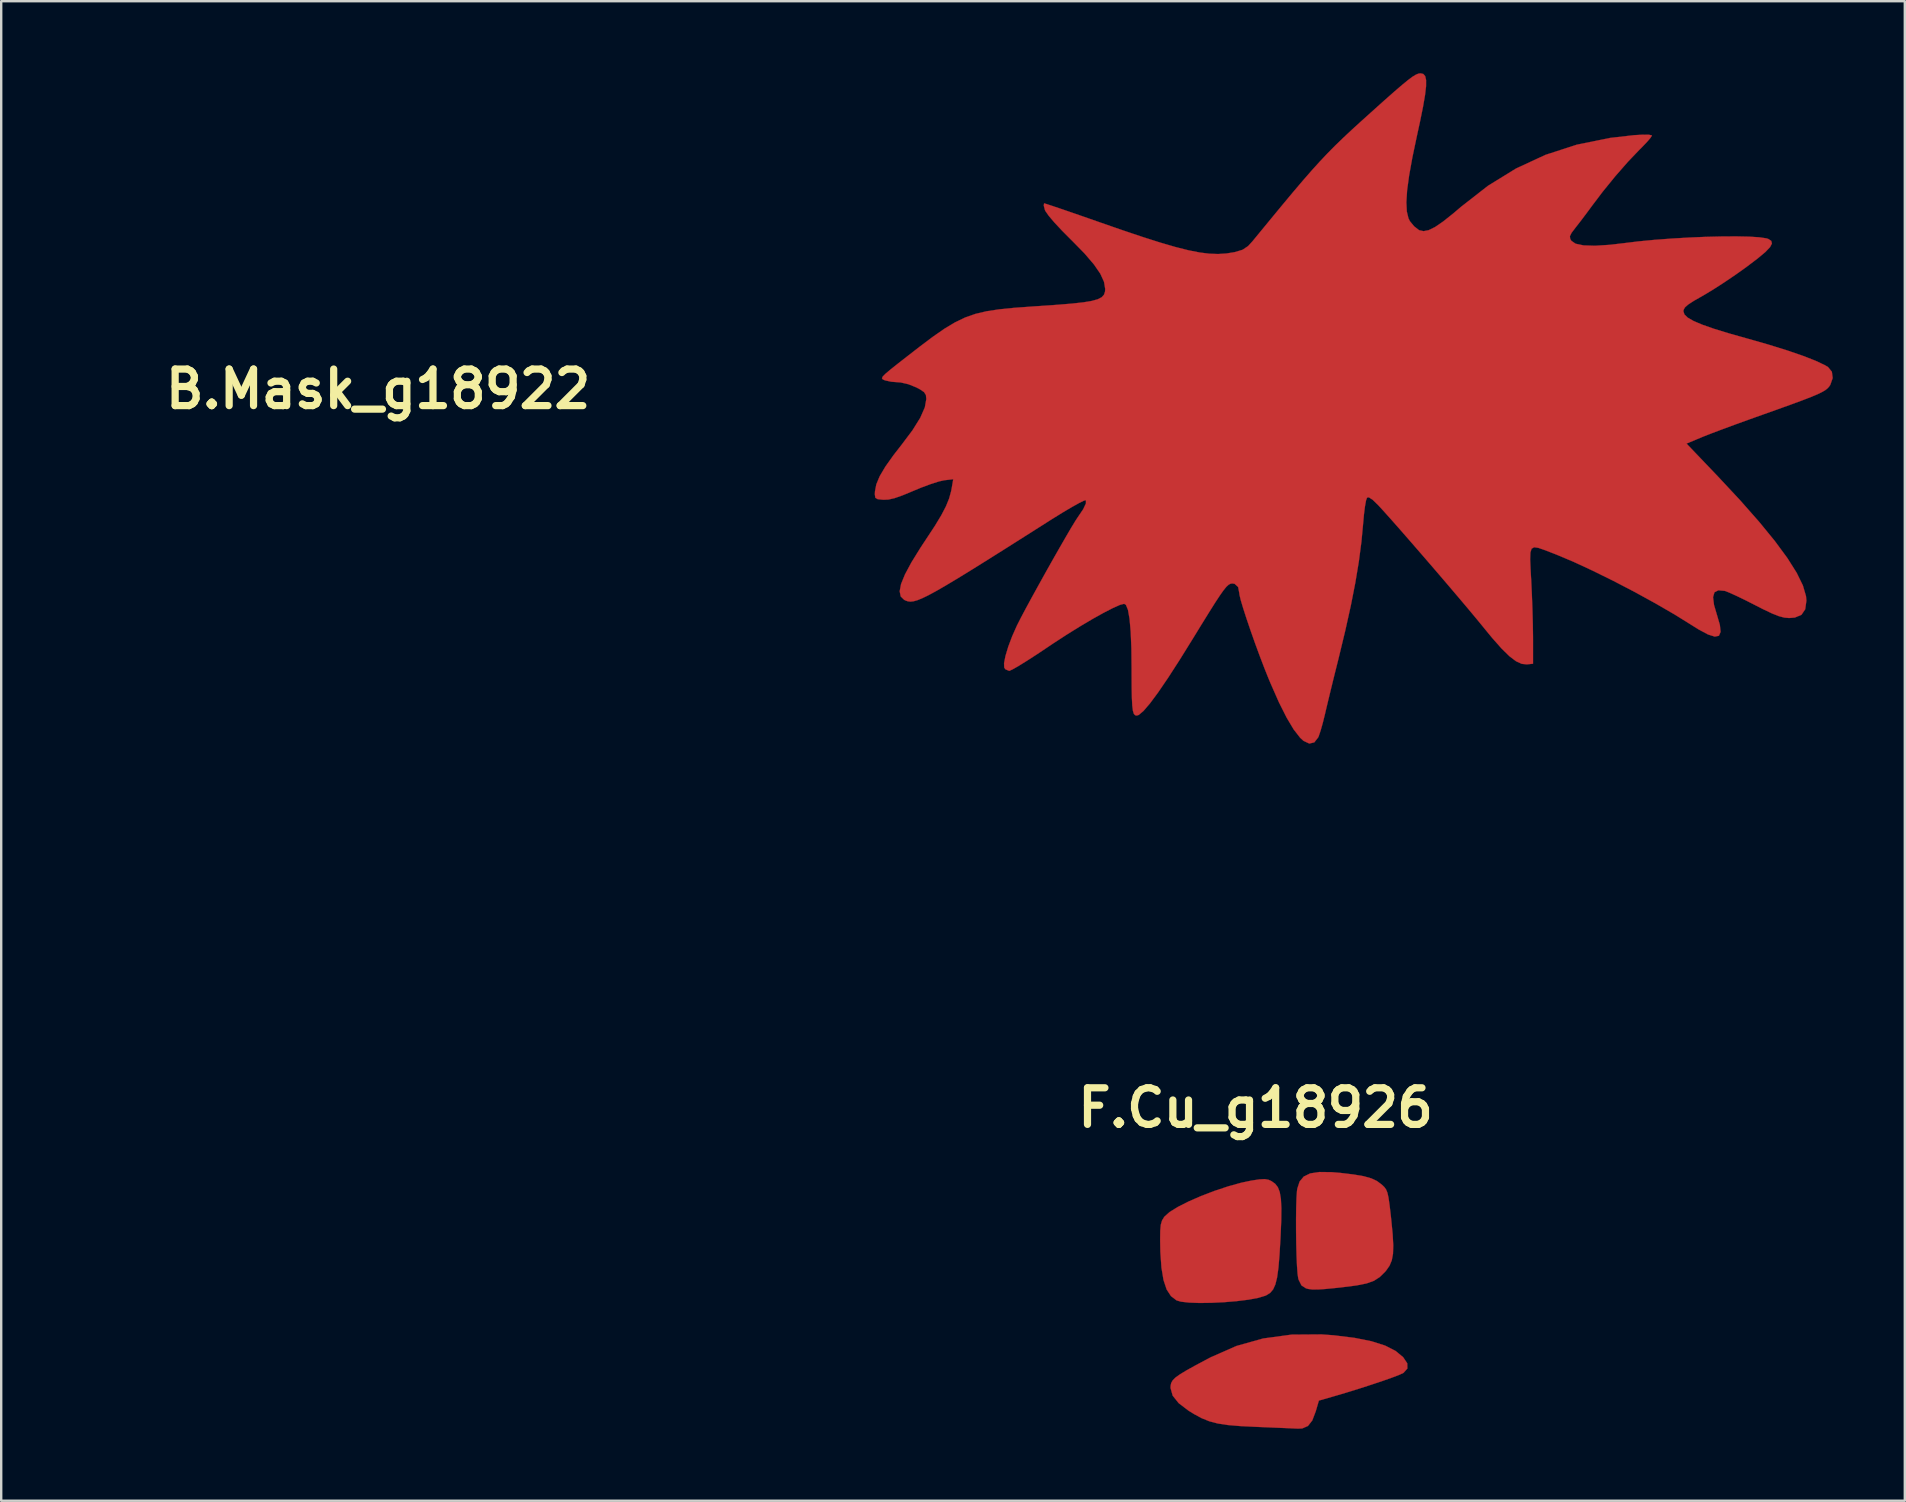
<source format=kicad_pcb>
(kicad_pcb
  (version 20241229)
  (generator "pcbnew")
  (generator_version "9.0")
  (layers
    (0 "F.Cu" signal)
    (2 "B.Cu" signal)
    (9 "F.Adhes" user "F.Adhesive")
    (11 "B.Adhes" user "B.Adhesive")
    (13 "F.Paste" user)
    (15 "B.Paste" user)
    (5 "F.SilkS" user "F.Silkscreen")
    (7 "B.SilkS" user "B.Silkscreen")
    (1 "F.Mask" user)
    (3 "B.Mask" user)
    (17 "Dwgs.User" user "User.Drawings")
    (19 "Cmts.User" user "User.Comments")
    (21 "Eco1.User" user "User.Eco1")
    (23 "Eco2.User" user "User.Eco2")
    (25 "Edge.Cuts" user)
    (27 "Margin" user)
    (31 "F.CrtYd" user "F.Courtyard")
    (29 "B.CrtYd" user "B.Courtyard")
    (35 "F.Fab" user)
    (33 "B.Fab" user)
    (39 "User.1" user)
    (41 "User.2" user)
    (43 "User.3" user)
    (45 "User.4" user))
  (footprint "F.Cu_g18926"
    (layer "F.Cu")
    (at 49.256 43.1)
    (property "Reference" "F.Cu_g18926" (at 0 0 0) (layer "F.SilkS") (effects (font (size 1.524 1.524) (thickness 0.3))))
    (attr through_hole)
    (fp_poly (pts (xy 0.544 2.999) (xy 0.662 3.054) (xy 0.814 3.162) (xy 0.927 3.307) (xy 1.006 3.511) (xy 1.054 3.795) (xy 1.073 4.18) (xy 1.068 4.688) (xy 1.041 5.339) (xy 1.035 5.461) (xy 0.995 6.136) (xy 0.951 6.663) (xy 0.896 7.062) (xy 0.824 7.355) (xy 0.731 7.562) (xy 0.611 7.705) (xy 0.457 7.803) (xy 0.397 7.83) (xy 0.107 7.917) (xy -0.297 7.992) (xy -0.779 8.052) (xy -1.303 8.096) (xy -1.834 8.122) (xy -2.336 8.129) (xy -2.774 8.113) (xy -3.11 8.075) (xy -3.294 8.021) (xy -3.526 7.843) (xy -3.706 7.566) (xy -3.836 7.175) (xy -3.922 6.657) (xy -3.968 5.997) (xy -3.977 5.494) (xy -3.972 5.119) (xy -3.949 4.868) (xy -3.898 4.694) (xy -3.811 4.551) (xy -3.793 4.528) (xy -3.583 4.341) (xy -3.239 4.128) (xy -2.792 3.902) (xy -2.273 3.675) (xy -1.714 3.461) (xy -1.145 3.272) (xy -0.597 3.12) (xy -0.174 3.031) (xy 0.162 2.98) (xy 0.384 2.969) (xy 0.544 2.999)) (stroke (width 0.01) (type solid)) (fill yes) (layer "F.Cu"))
    (fp_poly (pts (xy 3.17 2.68) (xy 3.534 2.711) (xy 4.09 2.778) (xy 4.508 2.85) (xy 4.82 2.939) (xy 5.059 3.052) (xy 5.257 3.2) (xy 5.259 3.202) (xy 5.361 3.299) (xy 5.435 3.4) (xy 5.491 3.537) (xy 5.536 3.739) (xy 5.579 4.037) (xy 5.629 4.462) (xy 5.65 4.659) (xy 5.709 5.261) (xy 5.734 5.724) (xy 5.724 6.079) (xy 5.673 6.353) (xy 5.58 6.576) (xy 5.439 6.778) (xy 5.395 6.83) (xy 5.173 7.048) (xy 4.93 7.205) (xy 4.623 7.315) (xy 4.213 7.397) (xy 3.889 7.441) (xy 3.321 7.506) (xy 2.894 7.548) (xy 2.581 7.568) (xy 2.356 7.567) (xy 2.192 7.545) (xy 2.097 7.519) (xy 1.91 7.397) (xy 1.793 7.163) (xy 1.778 7.112) (xy 1.749 6.918) (xy 1.725 6.589) (xy 1.706 6.161) (xy 1.693 5.669) (xy 1.686 5.147) (xy 1.685 4.63) (xy 1.691 4.153) (xy 1.704 3.752) (xy 1.724 3.46) (xy 1.737 3.367) (xy 1.833 3.072) (xy 2.006 2.863) (xy 2.275 2.732) (xy 2.657 2.674) (xy 3.17 2.68)) (stroke (width 0.01) (type solid)) (fill yes) (layer "F.Cu"))
    (fp_poly (pts (xy 3.255 9.476) (xy 4.118 9.582) (xy 4.827 9.724) (xy 5.396 9.905) (xy 5.835 10.13) (xy 6.149 10.391) (xy 6.318 10.644) (xy 6.322 10.861) (xy 6.162 11.04) (xy 6.16 11.041) (xy 6.003 11.115) (xy 5.713 11.227) (xy 5.318 11.367) (xy 4.847 11.525) (xy 4.328 11.693) (xy 3.79 11.86) (xy 3.262 12.016) (xy 3.244 12.021) (xy 2.636 12.196) (xy 2.505 12.645) (xy 2.361 13.023) (xy 2.181 13.253) (xy 1.946 13.355) (xy 1.771 13.364) (xy 1.592 13.356) (xy 1.278 13.342) (xy 0.864 13.325) (xy 0.385 13.305) (xy 0 13.289) (xy -0.65 13.257) (xy -1.164 13.213) (xy -1.579 13.149) (xy -1.927 13.058) (xy -2.244 12.93) (xy -2.563 12.758) (xy -2.798 12.613) (xy -3.207 12.3) (xy -3.454 11.99) (xy -3.543 11.674) (xy -3.54 11.579) (xy -3.517 11.465) (xy -3.457 11.357) (xy -3.344 11.241) (xy -3.156 11.106) (xy -2.877 10.936) (xy -2.487 10.72) (xy -1.968 10.444) (xy -1.863 10.389) (xy -0.8 9.921) (xy 0.317 9.608) (xy 1.497 9.448) (xy 2.746 9.439) (xy 3.255 9.476)) (stroke (width 0.01) (type solid)) (fill yes) (layer "F.Cu"))
    (fp_poly (pts (xy 6.986 -43.069) (xy 7.064 -42.98) (xy 7.102 -42.814) (xy 7.101 -42.556) (xy 7.058 -42.19) (xy 6.974 -41.701) (xy 6.847 -41.075) (xy 6.721 -40.497) (xy 6.531 -39.594) (xy 6.395 -38.839) (xy 6.311 -38.22) (xy 6.28 -37.724) (xy 6.299 -37.34) (xy 6.368 -37.055) (xy 6.429 -36.934) (xy 6.604 -36.722) (xy 6.801 -36.568) (xy 6.823 -36.557) (xy 6.998 -36.52) (xy 7.209 -36.561) (xy 7.474 -36.691) (xy 7.809 -36.92) (xy 8.233 -37.257) (xy 8.557 -37.533) (xy 9.68 -38.41) (xy 10.85 -39.131) (xy 12.079 -39.7) (xy 13.379 -40.122) (xy 14.764 -40.404) (xy 15.769 -40.519) (xy 16.126 -40.539) (xy 16.38 -40.537) (xy 16.503 -40.512) (xy 16.51 -40.501) (xy 16.453 -40.41) (xy 16.302 -40.234) (xy 16.085 -40.007) (xy 15.995 -39.918) (xy 15.513 -39.414) (xy 14.987 -38.813) (xy 14.459 -38.164) (xy 14.026 -37.592) (xy 13.786 -37.267) (xy 13.538 -36.939) (xy 13.334 -36.677) (xy 13.329 -36.671) (xy 13.163 -36.452) (xy 13.093 -36.313) (xy 13.104 -36.204) (xy 13.151 -36.121) (xy 13.33 -35.997) (xy 13.663 -35.927) (xy 14.144 -35.912) (xy 14.766 -35.952) (xy 15.341 -36.02) (xy 15.946 -36.094) (xy 16.614 -36.158) (xy 17.32 -36.211) (xy 18.039 -36.253) (xy 18.748 -36.283) (xy 19.421 -36.299) (xy 20.035 -36.302) (xy 20.565 -36.291) (xy 20.986 -36.264) (xy 21.275 -36.222) (xy 21.357 -36.197) (xy 21.482 -36.115) (xy 21.509 -36.005) (xy 21.43 -35.854) (xy 21.235 -35.651) (xy 20.914 -35.383) (xy 20.459 -35.038) (xy 20.454 -35.034) (xy 20.007 -34.715) (xy 19.528 -34.39) (xy 19.067 -34.093) (xy 18.678 -33.858) (xy 18.613 -33.821) (xy 18.25 -33.614) (xy 18.016 -33.461) (xy 17.883 -33.342) (xy 17.828 -33.237) (xy 17.822 -33.18) (xy 17.865 -33.05) (xy 18.003 -32.917) (xy 18.246 -32.777) (xy 18.608 -32.624) (xy 19.099 -32.452) (xy 19.733 -32.258) (xy 20.502 -32.041) (xy 21.367 -31.794) (xy 22.136 -31.555) (xy 22.794 -31.329) (xy 23.325 -31.122) (xy 23.713 -30.939) (xy 23.843 -30.863) (xy 24.006 -30.665) (xy 24.04 -30.401) (xy 23.94 -30.116) (xy 23.908 -30.068) (xy 23.842 -29.988) (xy 23.749 -29.909) (xy 23.612 -29.826) (xy 23.414 -29.729) (xy 23.137 -29.613) (xy 22.765 -29.469) (xy 22.279 -29.29) (xy 21.663 -29.069) (xy 21.129 -28.879) (xy 20.552 -28.673) (xy 19.986 -28.468) (xy 19.466 -28.276) (xy 19.025 -28.11) (xy 18.697 -27.982) (xy 18.606 -27.945) (xy 17.951 -27.671) (xy 19.258 -26.303) (xy 20.184 -25.31) (xy 20.974 -24.414) (xy 21.629 -23.613) (xy 22.151 -22.905) (xy 22.54 -22.288) (xy 22.799 -21.76) (xy 22.928 -21.319) (xy 22.945 -21.127) (xy 22.896 -20.769) (xy 22.74 -20.539) (xy 22.465 -20.424) (xy 22.225 -20.405) (xy 22.027 -20.422) (xy 21.802 -20.481) (xy 21.516 -20.594) (xy 21.139 -20.773) (xy 20.807 -20.943) (xy 20.408 -21.146) (xy 20.044 -21.322) (xy 19.752 -21.455) (xy 19.567 -21.529) (xy 19.544 -21.535) (xy 19.277 -21.56) (xy 19.115 -21.476) (xy 19.056 -21.274) (xy 19.097 -20.947) (xy 19.219 -20.532) (xy 19.341 -20.113) (xy 19.37 -19.825) (xy 19.301 -19.665) (xy 19.128 -19.63) (xy 18.847 -19.719) (xy 18.453 -19.93) (xy 18.185 -20.098) (xy 17.47 -20.543) (xy 16.661 -21.012) (xy 15.797 -21.487) (xy 14.914 -21.947) (xy 14.05 -22.373) (xy 13.243 -22.747) (xy 12.529 -23.048) (xy 12.385 -23.104) (xy 12.032 -23.24) (xy 11.776 -23.328) (xy 11.602 -23.352) (xy 11.497 -23.292) (xy 11.447 -23.131) (xy 11.437 -22.851) (xy 11.455 -22.436) (xy 11.482 -21.95) (xy 11.509 -21.374) (xy 11.532 -20.761) (xy 11.548 -20.171) (xy 11.556 -19.666) (xy 11.557 -19.516) (xy 11.557 -18.5) (xy 11.3 -18.474) (xy 11.088 -18.495) (xy 10.851 -18.603) (xy 10.576 -18.811) (xy 10.249 -19.131) (xy 9.856 -19.575) (xy 9.515 -19.99) (xy 9.233 -20.335) (xy 8.868 -20.773) (xy 8.439 -21.281) (xy 7.967 -21.836) (xy 7.47 -22.416) (xy 6.969 -22.997) (xy 6.482 -23.558) (xy 6.031 -24.075) (xy 5.633 -24.526) (xy 5.309 -24.887) (xy 5.119 -25.094) (xy 4.877 -25.33) (xy 4.719 -25.432) (xy 4.643 -25.42) (xy 4.601 -25.304) (xy 4.556 -25.057) (xy 4.513 -24.716) (xy 4.482 -24.371) (xy 4.408 -23.581) (xy 4.301 -22.762) (xy 4.156 -21.888) (xy 3.969 -20.934) (xy 3.734 -19.876) (xy 3.447 -18.687) (xy 3.389 -18.457) (xy 3.259 -17.936) (xy 3.129 -17.404) (xy 3.01 -16.912) (xy 2.915 -16.514) (xy 2.891 -16.408) (xy 2.801 -16.044) (xy 2.709 -15.717) (xy 2.63 -15.483) (xy 2.609 -15.434) (xy 2.445 -15.224) (xy 2.237 -15.175) (xy 1.998 -15.286) (xy 1.858 -15.414) (xy 1.588 -15.761) (xy 1.295 -16.251) (xy 0.973 -16.891) (xy 0.621 -17.689) (xy 0.547 -17.866) (xy 0.363 -18.325) (xy 0.169 -18.834) (xy -0.026 -19.364) (xy -0.211 -19.889) (xy -0.378 -20.38) (xy -0.517 -20.81) (xy -0.618 -21.15) (xy -0.671 -21.372) (xy -0.677 -21.427) (xy -0.727 -21.695) (xy -0.873 -21.829) (xy -0.971 -21.844) (xy -1.044 -21.834) (xy -1.121 -21.794) (xy -1.214 -21.71) (xy -1.332 -21.566) (xy -1.487 -21.347) (xy -1.689 -21.04) (xy -1.948 -20.628) (xy -2.276 -20.098) (xy -2.587 -19.591) (xy -3.153 -18.679) (xy -3.644 -17.918) (xy -4.06 -17.307) (xy -4.402 -16.846) (xy -4.671 -16.533) (xy -4.866 -16.368) (xy -4.95 -16.341) (xy -5.02 -16.356) (xy -5.073 -16.416) (xy -5.111 -16.541) (xy -5.137 -16.75) (xy -5.153 -17.062) (xy -5.162 -17.499) (xy -5.165 -18.08) (xy -5.165 -18.267) (xy -5.174 -19.131) (xy -5.203 -19.833) (xy -5.251 -20.371) (xy -5.317 -20.744) (xy -5.402 -20.952) (xy -5.477 -20.997) (xy -5.651 -20.952) (xy -5.943 -20.822) (xy -6.332 -20.622) (xy -6.795 -20.364) (xy -7.311 -20.058) (xy -7.858 -19.719) (xy -8.414 -19.358) (xy -8.686 -19.175) (xy -9.127 -18.881) (xy -9.528 -18.622) (xy -9.865 -18.413) (xy -10.115 -18.27) (xy -10.254 -18.205) (xy -10.267 -18.203) (xy -10.423 -18.269) (xy -10.471 -18.338) (xy -10.479 -18.524) (xy -10.419 -18.827) (xy -10.303 -19.213) (xy -10.14 -19.646) (xy -9.941 -20.094) (xy -9.923 -20.129) (xy -9.778 -20.415) (xy -9.573 -20.801) (xy -9.324 -21.26) (xy -9.044 -21.768) (xy -8.748 -22.301) (xy -8.449 -22.833) (xy -8.161 -23.338) (xy -7.899 -23.793) (xy -7.677 -24.172) (xy -7.508 -24.45) (xy -7.412 -24.596) (xy -7.185 -24.932) (xy -7.069 -25.177) (xy -7.068 -25.313) (xy -7.151 -25.294) (xy -7.353 -25.195) (xy -7.653 -25.028) (xy -8.028 -24.806) (xy -8.455 -24.542) (xy -8.533 -24.493) (xy -9.565 -23.838) (xy -10.464 -23.269) (xy -11.242 -22.78) (xy -11.906 -22.366) (xy -12.468 -22.022) (xy -12.938 -21.741) (xy -13.325 -21.518) (xy -13.641 -21.348) (xy -13.894 -21.226) (xy -14.094 -21.145) (xy -14.253 -21.101) (xy -14.38 -21.088) (xy -14.485 -21.1) (xy -14.577 -21.132) (xy -14.641 -21.163) (xy -14.783 -21.302) (xy -14.827 -21.519) (xy -14.769 -21.823) (xy -14.606 -22.222) (xy -14.336 -22.725) (xy -13.955 -23.34) (xy -13.726 -23.687) (xy -13.364 -24.237) (xy -13.094 -24.684) (xy -12.9 -25.056) (xy -12.768 -25.381) (xy -12.683 -25.69) (xy -12.659 -25.818) (xy -12.596 -26.186) (xy -12.967 -26.144) (xy -13.196 -26.093) (xy -13.529 -25.987) (xy -13.92 -25.842) (xy -14.252 -25.704) (xy -14.702 -25.517) (xy -15.038 -25.399) (xy -15.294 -25.34) (xy -15.506 -25.331) (xy -15.521 -25.332) (xy -15.743 -25.356) (xy -15.842 -25.414) (xy -15.862 -25.555) (xy -15.856 -25.682) (xy -15.8 -25.974) (xy -15.66 -26.31) (xy -15.424 -26.71) (xy -15.082 -27.191) (xy -14.759 -27.606) (xy -14.297 -28.22) (xy -13.971 -28.742) (xy -13.779 -29.179) (xy -13.717 -29.526) (xy -13.734 -29.694) (xy -13.811 -29.815) (xy -13.986 -29.934) (xy -14.137 -30.013) (xy -14.464 -30.144) (xy -14.786 -30.218) (xy -14.893 -30.226) (xy -15.176 -30.248) (xy -15.427 -30.302) (xy -15.452 -30.311) (xy -15.533 -30.347) (xy -15.565 -30.392) (xy -15.534 -30.463) (xy -15.423 -30.576) (xy -15.218 -30.75) (xy -14.903 -31.001) (xy -14.675 -31.179) (xy -14.008 -31.697) (xy -13.446 -32.12) (xy -12.959 -32.458) (xy -12.519 -32.722) (xy -12.099 -32.924) (xy -11.67 -33.074) (xy -11.204 -33.184) (xy -10.673 -33.265) (xy -10.05 -33.327) (xy -9.306 -33.381) (xy -9.017 -33.4) (xy -8.257 -33.453) (xy -7.65 -33.503) (xy -7.178 -33.555) (xy -6.825 -33.614) (xy -6.575 -33.683) (xy -6.411 -33.768) (xy -6.316 -33.872) (xy -6.273 -34) (xy -6.265 -34.114) (xy -6.315 -34.411) (xy -6.468 -34.747) (xy -6.736 -35.136) (xy -7.126 -35.592) (xy -7.649 -36.126) (xy -7.684 -36.16) (xy -8.066 -36.544) (xy -8.385 -36.886) (xy -8.622 -37.166) (xy -8.758 -37.362) (xy -8.777 -37.403) (xy -8.824 -37.584) (xy -8.813 -37.674) (xy -8.804 -37.677) (xy -8.708 -37.65) (xy -8.474 -37.573) (xy -8.124 -37.455) (xy -7.678 -37.302) (xy -7.159 -37.122) (xy -6.587 -36.922) (xy -6.579 -36.919) (xy -5.572 -36.569) (xy -4.706 -36.278) (xy -3.965 -36.042) (xy -3.332 -35.858) (xy -2.792 -35.722) (xy -2.328 -35.631) (xy -1.923 -35.581) (xy -1.561 -35.568) (xy -1.227 -35.589) (xy -0.903 -35.641) (xy -0.849 -35.652) (xy -0.543 -35.745) (xy -0.313 -35.898) (xy -0.131 -36.097) (xy 0.515 -36.883) (xy 1.069 -37.555) (xy 1.546 -38.128) (xy 1.962 -38.618) (xy 2.332 -39.042) (xy 2.671 -39.417) (xy 2.993 -39.758) (xy 3.314 -40.083) (xy 3.649 -40.407) (xy 4.012 -40.747) (xy 4.42 -41.119) (xy 4.803 -41.464) (xy 5.339 -41.945) (xy 5.766 -42.322) (xy 6.099 -42.609) (xy 6.352 -42.816) (xy 6.541 -42.957) (xy 6.682 -43.042) (xy 6.788 -43.084) (xy 6.87 -43.095) (xy 6.986 -43.069)) (stroke (width 0.01) (type solid)) (fill yes) (layer "F.Cu")))
  (footprint "B.Mask_g18922"
    (layer "F.Cu")
    (at 12.701 13.158)
    (property "Reference" "B.Mask_g18922" (at 0 0 0) (layer "F.SilkS") (effects (font (size 1.524 1.524) (thickness 0.3))))
    (attr through_hole)
    (fp_poly (pts (xy -9.627 -11.243) (xy -9.354 -11.119) (xy -8.967 -10.916) (xy -8.691 -10.763) (xy -7.585 -10.116) (xy -6.614 -9.485) (xy -5.748 -8.848) (xy -4.959 -8.182) (xy -4.215 -7.467) (xy -4.087 -7.334) (xy -3.443 -6.625) (xy -2.938 -5.985) (xy -2.561 -5.403) (xy -2.326 -4.921) (xy -2.102 -4.289) (xy -1.993 -3.754) (xy -2.002 -3.287) (xy -2.131 -2.86) (xy -2.383 -2.443) (xy -2.566 -2.217) (xy -2.845 -1.895) (xy -3.144 -1.548) (xy -3.379 -1.27) (xy -3.651 -0.981) (xy -3.986 -0.673) (xy -4.268 -0.447) (xy -4.899 -0.028) (xy -5.563 0.317) (xy -6.284 0.593) (xy -7.085 0.807) (xy -7.988 0.967) (xy -9.016 1.077) (xy -9.85 1.131) (xy -10.598 1.168) (xy -10.848 0.774) (xy -10.992 0.529) (xy -11.181 0.184) (xy -11.384 -0.207) (xy -11.513 -0.466) (xy -12.057 -1.727) (xy -12.436 -2.954) (xy -12.649 -4.148) (xy -12.662 -4.49) (xy -9.271 -4.49) (xy -9.233 -4.288) (xy -9.035 -3.931) (xy -8.69 -3.633) (xy -8.509 -3.527) (xy -8.283 -3.424) (xy -8.101 -3.403) (xy -7.892 -3.466) (xy -7.697 -3.56) (xy -7.428 -3.755) (xy -7.176 -4.036) (xy -6.976 -4.351) (xy -6.868 -4.646) (xy -6.858 -4.741) (xy -6.911 -5.01) (xy -7.049 -5.339) (xy -7.238 -5.666) (xy -7.445 -5.929) (xy -7.55 -6.022) (xy -7.738 -6.135) (xy -7.904 -6.158) (xy -8.136 -6.103) (xy -8.502 -5.922) (xy -8.822 -5.63) (xy -9.073 -5.268) (xy -9.231 -4.875) (xy -9.271 -4.49) (xy -12.662 -4.49) (xy -12.696 -5.311) (xy -12.577 -6.443) (xy -12.293 -7.545) (xy -11.843 -8.619) (xy -11.562 -9.135) (xy -11.365 -9.448) (xy -11.116 -9.81) (xy -10.838 -10.19) (xy -10.555 -10.557) (xy -10.292 -10.881) (xy -10.072 -11.13) (xy -9.918 -11.275) (xy -9.901 -11.286) (xy -9.803 -11.296) (xy -9.627 -11.243)) (stroke (width 0.01) (type solid)) (fill yes) (layer "B.Mask"))
    (fp_poly (pts (xy 14.297 -13.152) (xy 14.485 -13.115) (xy 14.538 -13.069) (xy 14.594 -12.966) (xy 14.726 -12.75) (xy 14.917 -12.449) (xy 15.149 -12.089) (xy 15.255 -11.926) (xy 15.797 -11.087) (xy 16.247 -10.364) (xy 16.615 -9.738) (xy 16.911 -9.19) (xy 17.145 -8.7) (xy 17.326 -8.249) (xy 17.465 -7.817) (xy 17.571 -7.386) (xy 17.573 -7.379) (xy 17.683 -6.476) (xy 17.633 -5.561) (xy 17.421 -4.63) (xy 17.046 -3.68) (xy 16.506 -2.706) (xy 15.949 -1.899) (xy 15.599 -1.459) (xy 15.166 -0.96) (xy 14.69 -0.442) (xy 14.212 0.049) (xy 13.773 0.47) (xy 13.567 0.652) (xy 13.081 1.067) (xy 12.604 1.003) (xy 11.629 0.815) (xy 10.646 0.516) (xy 9.709 0.128) (xy 8.876 -0.33) (xy 8.838 -0.354) (xy 7.98 -0.992) (xy 7.206 -1.746) (xy 6.5 -2.634) (xy 6.023 -3.367) (xy 5.612 -4.051) (xy 5.556 -5.345) (xy 8.308 -5.345) (xy 8.344 -5.162) (xy 8.416 -4.963) (xy 8.663 -4.534) (xy 9.02 -4.217) (xy 9.46 -4.021) (xy 9.96 -3.955) (xy 10.492 -4.028) (xy 10.743 -4.112) (xy 11.023 -4.303) (xy 11.273 -4.619) (xy 11.463 -5.013) (xy 11.543 -5.307) (xy 11.547 -5.589) (xy 11.487 -5.957) (xy 11.381 -6.346) (xy 11.243 -6.693) (xy 11.175 -6.817) (xy 10.978 -7.054) (xy 10.719 -7.2) (xy 10.36 -7.269) (xy 10.05 -7.281) (xy 9.61 -7.238) (xy 9.251 -7.097) (xy 8.952 -6.843) (xy 8.696 -6.456) (xy 8.464 -5.922) (xy 8.416 -5.79) (xy 8.332 -5.528) (xy 8.308 -5.345) (xy 5.556 -5.345) (xy 5.556 -5.348) (xy 5.533 -5.84) (xy 5.507 -6.307) (xy 5.482 -6.708) (xy 5.459 -6.999) (xy 5.452 -7.072) (xy 5.404 -7.498) (xy 6.618 -8.514) (xy 7.873 -9.544) (xy 9.02 -10.445) (xy 10.062 -11.216) (xy 10.999 -11.858) (xy 11.831 -12.372) (xy 12.561 -12.759) (xy 13.038 -12.965) (xy 13.343 -13.056) (xy 13.683 -13.12) (xy 14.015 -13.153) (xy 14.297 -13.152)) (stroke (width 0.01) (type solid)) (fill yes) (layer "B.Mask")))
  (gr_rect
    (start -3 -3)
    (end 76.301 59.469)
    (stroke (width 0.1) (type default))
    (fill no)
    (layer "Edge.Cuts")))
</source>
